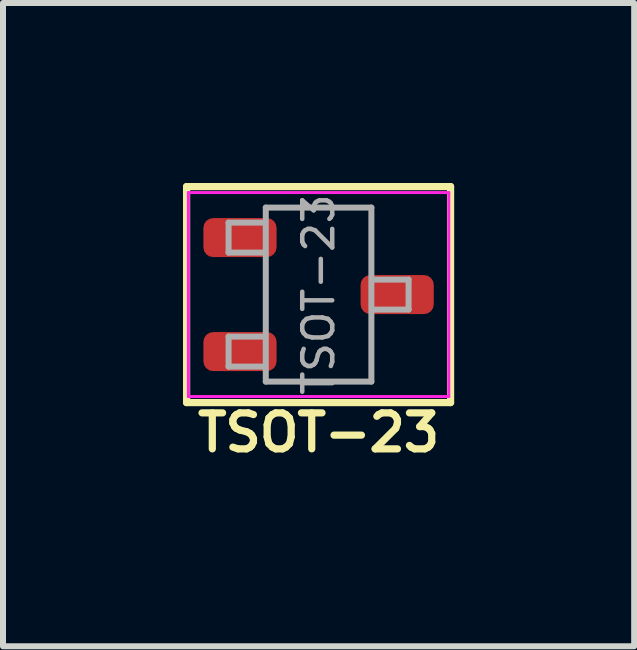
<source format=kicad_pcb>
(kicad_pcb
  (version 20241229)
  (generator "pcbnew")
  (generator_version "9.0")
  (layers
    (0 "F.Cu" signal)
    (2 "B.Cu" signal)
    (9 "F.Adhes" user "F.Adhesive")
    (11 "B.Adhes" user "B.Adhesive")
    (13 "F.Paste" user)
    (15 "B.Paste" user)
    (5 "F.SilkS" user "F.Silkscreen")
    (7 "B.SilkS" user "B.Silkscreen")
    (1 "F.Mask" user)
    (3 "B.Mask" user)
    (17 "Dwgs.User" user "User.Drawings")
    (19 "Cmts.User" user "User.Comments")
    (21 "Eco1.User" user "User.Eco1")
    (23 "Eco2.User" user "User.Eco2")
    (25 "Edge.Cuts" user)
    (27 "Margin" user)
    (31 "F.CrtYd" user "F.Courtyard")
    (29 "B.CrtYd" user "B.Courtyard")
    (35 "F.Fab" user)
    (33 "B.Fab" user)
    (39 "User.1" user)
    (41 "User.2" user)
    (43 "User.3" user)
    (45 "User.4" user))
  (footprint "TSOT-23"
    (layer "F.Cu")
    (at 2.26 1.86)
    (property "Reference" "TSOT-23" (at 0 2.3 0) (layer "F.SilkS") (effects (font (size 0.6 0.6) (thickness 0.12) (bold yes))))
    (attr smd)
    (fp_line (start -2.2 -1.8) (end -2.2 1.8) (stroke (width 0.12) (type solid)) (layer "F.SilkS"))
    (fp_line (start -2.2 1.8) (end 2.2 1.8) (stroke (width 0.12) (type solid)) (layer "F.SilkS"))
    (fp_line (start 2.2 -1.8) (end -2.2 -1.8) (stroke (width 0.12) (type solid)) (layer "F.SilkS"))
    (fp_line (start 2.2 1.8) (end 2.2 -1.8) (stroke (width 0.12) (type solid)) (layer "F.SilkS"))
    (fp_line (start -2.17 -1.7) (end -2.17 1.7) (stroke (width 0.05) (type solid)) (layer "F.CrtYd"))
    (fp_line (start -2.17 -1.7) (end 2.17 -1.7) (stroke (width 0.05) (type solid)) (layer "F.CrtYd"))
    (fp_line (start 2.17 1.7) (end -2.17 1.7) (stroke (width 0.05) (type solid)) (layer "F.CrtYd"))
    (fp_line (start 2.17 1.7) (end 2.17 -1.7) (stroke (width 0.05) (type solid)) (layer "F.CrtYd"))
    (fp_line (start -1.5 -1.2) (end -1.5 -0.7) (stroke (width 0.1) (type solid)) (layer "F.Fab"))
    (fp_line (start -1.5 -0.7) (end -0.9 -0.7) (stroke (width 0.1) (type solid)) (layer "F.Fab"))
    (fp_line (start -1.5 0.7) (end -1.5 1.2) (stroke (width 0.1) (type solid)) (layer "F.Fab"))
    (fp_line (start -1.5 1.2) (end -0.9 1.2) (stroke (width 0.1) (type solid)) (layer "F.Fab"))
    (fp_line (start -0.9 -1.2) (end -1.5 -1.2) (stroke (width 0.1) (type solid)) (layer "F.Fab"))
    (fp_line (start -0.9 0.7) (end -1.5 0.7) (stroke (width 0.1) (type solid)) (layer "F.Fab"))
    (fp_line (start -0.88 -1.45) (end -0.88 1.45) (stroke (width 0.1) (type solid)) (layer "F.Fab"))
    (fp_line (start 0.88 -1.45) (end -0.88 -1.45) (stroke (width 0.1) (type solid)) (layer "F.Fab"))
    (fp_line (start 0.88 -1.45) (end 0.88 1.45) (stroke (width 0.1) (type solid)) (layer "F.Fab"))
    (fp_line (start 0.88 1.45) (end -0.88 1.45) (stroke (width 0.1) (type solid)) (layer "F.Fab"))
    (fp_line (start 0.9 0.25) (end 1.5 0.25) (stroke (width 0.1) (type solid)) (layer "F.Fab"))
    (fp_line (start 1.5 -0.25) (end 0.9 -0.25) (stroke (width 0.1) (type solid)) (layer "F.Fab"))
    (fp_line (start 1.5 0.25) (end 1.5 -0.25) (stroke (width 0.1) (type solid)) (layer "F.Fab"))
    (fp_text user "${REFERENCE}" (at 0 0 270) (layer "F.Fab") (effects (font (size 0.5 0.5) (thickness 0.075))))
    (pad "1" smd roundrect (at -1.31 -0.95) (size 1.22 0.65) (layers "F.Cu" "F.Mask" "F.Paste") (roundrect_rratio 0.25))
    (pad "2" smd roundrect (at -1.31 0.95) (size 1.22 0.65) (layers "F.Cu" "F.Mask" "F.Paste") (roundrect_rratio 0.25))
    (pad "3" smd roundrect (at 1.31 0) (size 1.22 0.65) (layers "F.Cu" "F.Mask" "F.Paste") (roundrect_rratio 0.25)))
  (gr_rect
    (start -3 -3)
    (end 7.52 7.722)
    (stroke (width 0.1) (type default))
    (fill no)
    (layer "Edge.Cuts")))
</source>
